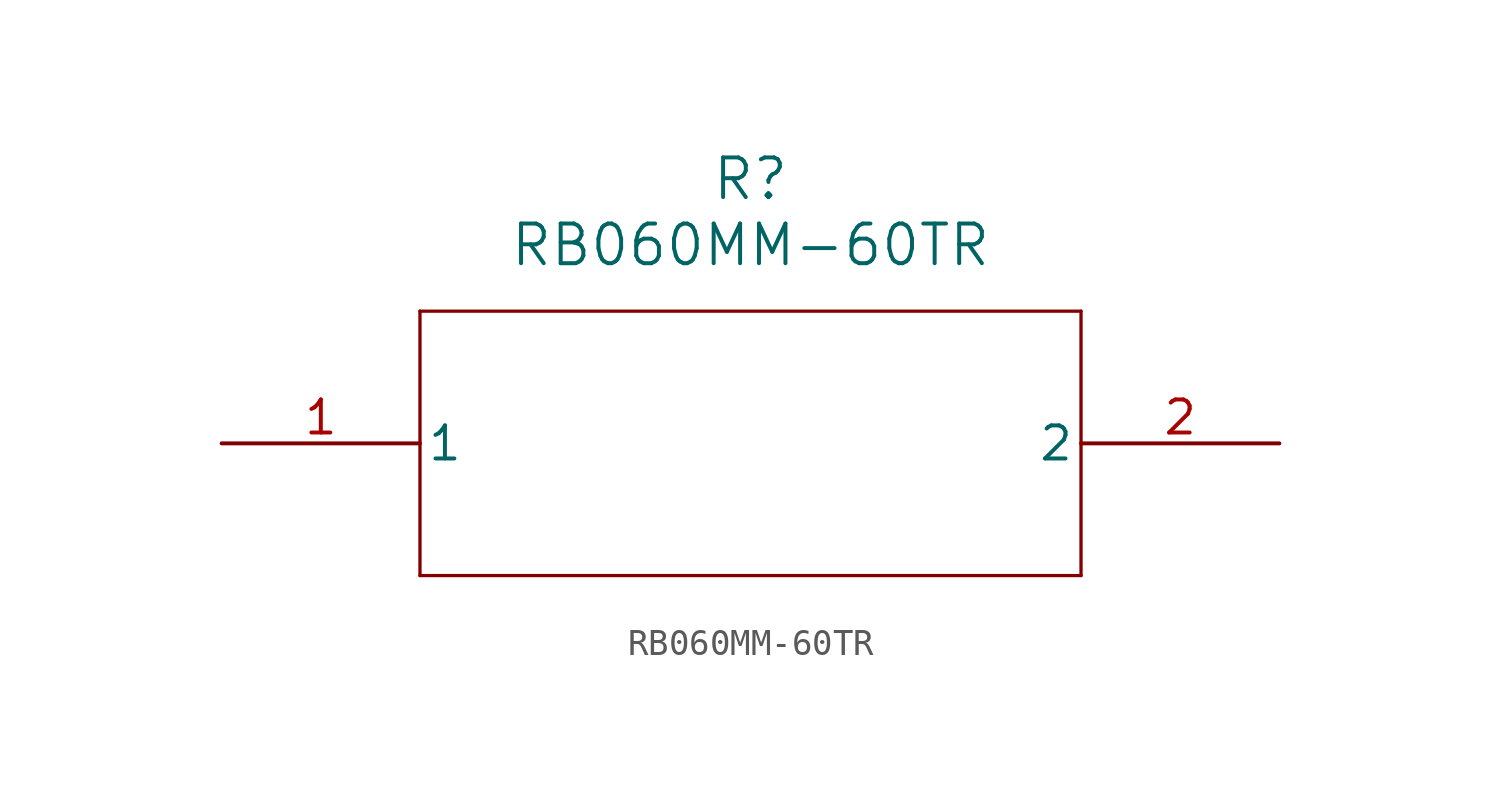
<source format=kicad_sym>
(kicad_symbol_lib
  (version 20211014)
  (generator kicad_symbol_editor)
  (symbol "RB060MM-60TR"
    (pin_names
      (offset 0.254))
    (property "Reference" "R"
      (at 20.32 10.16 0)
      (effects (font (size 1.524 1.524))))
    (property "Value" "RB060MM-60TR"
      (at 20.32 7.62 0)
      (effects (font (size 1.524 1.524))))
    (symbol "RB060MM-60TR_0_1"
      (polyline (pts (xy 7.62 5.08) (xy 7.62 -5.08)) (stroke (width .127) (type default) (color 0 0 0 0)) (fill (type none)))
      (polyline (pts (xy 7.62 -5.08) (xy 33.02 -5.08)) (stroke (width .127) (type default) (color 0 0 0 0)) (fill (type none)))
      (polyline (pts (xy 33.02 -5.08) (xy 33.02 5.08)) (stroke (width .127) (type default) (color 0 0 0 0)) (fill (type none)))
      (polyline (pts (xy 33.02 5.08) (xy 7.62 5.08)) (stroke (width .127) (type default) (color 0 0 0 0)) (fill (type none)))
      (pin unspecified line (at 0 0 0) (length 7.62) (name "1" (effects (font (size 1.27 1.27)))) (number "1" (effects (font (size 1.27 1.27)))))
      (pin unspecified line (at 40.64 0 180) (length 7.62) (name "2" (effects (font (size 1.27 1.27)))) (number "2" (effects (font (size 1.27 1.27))))))))
</source>
